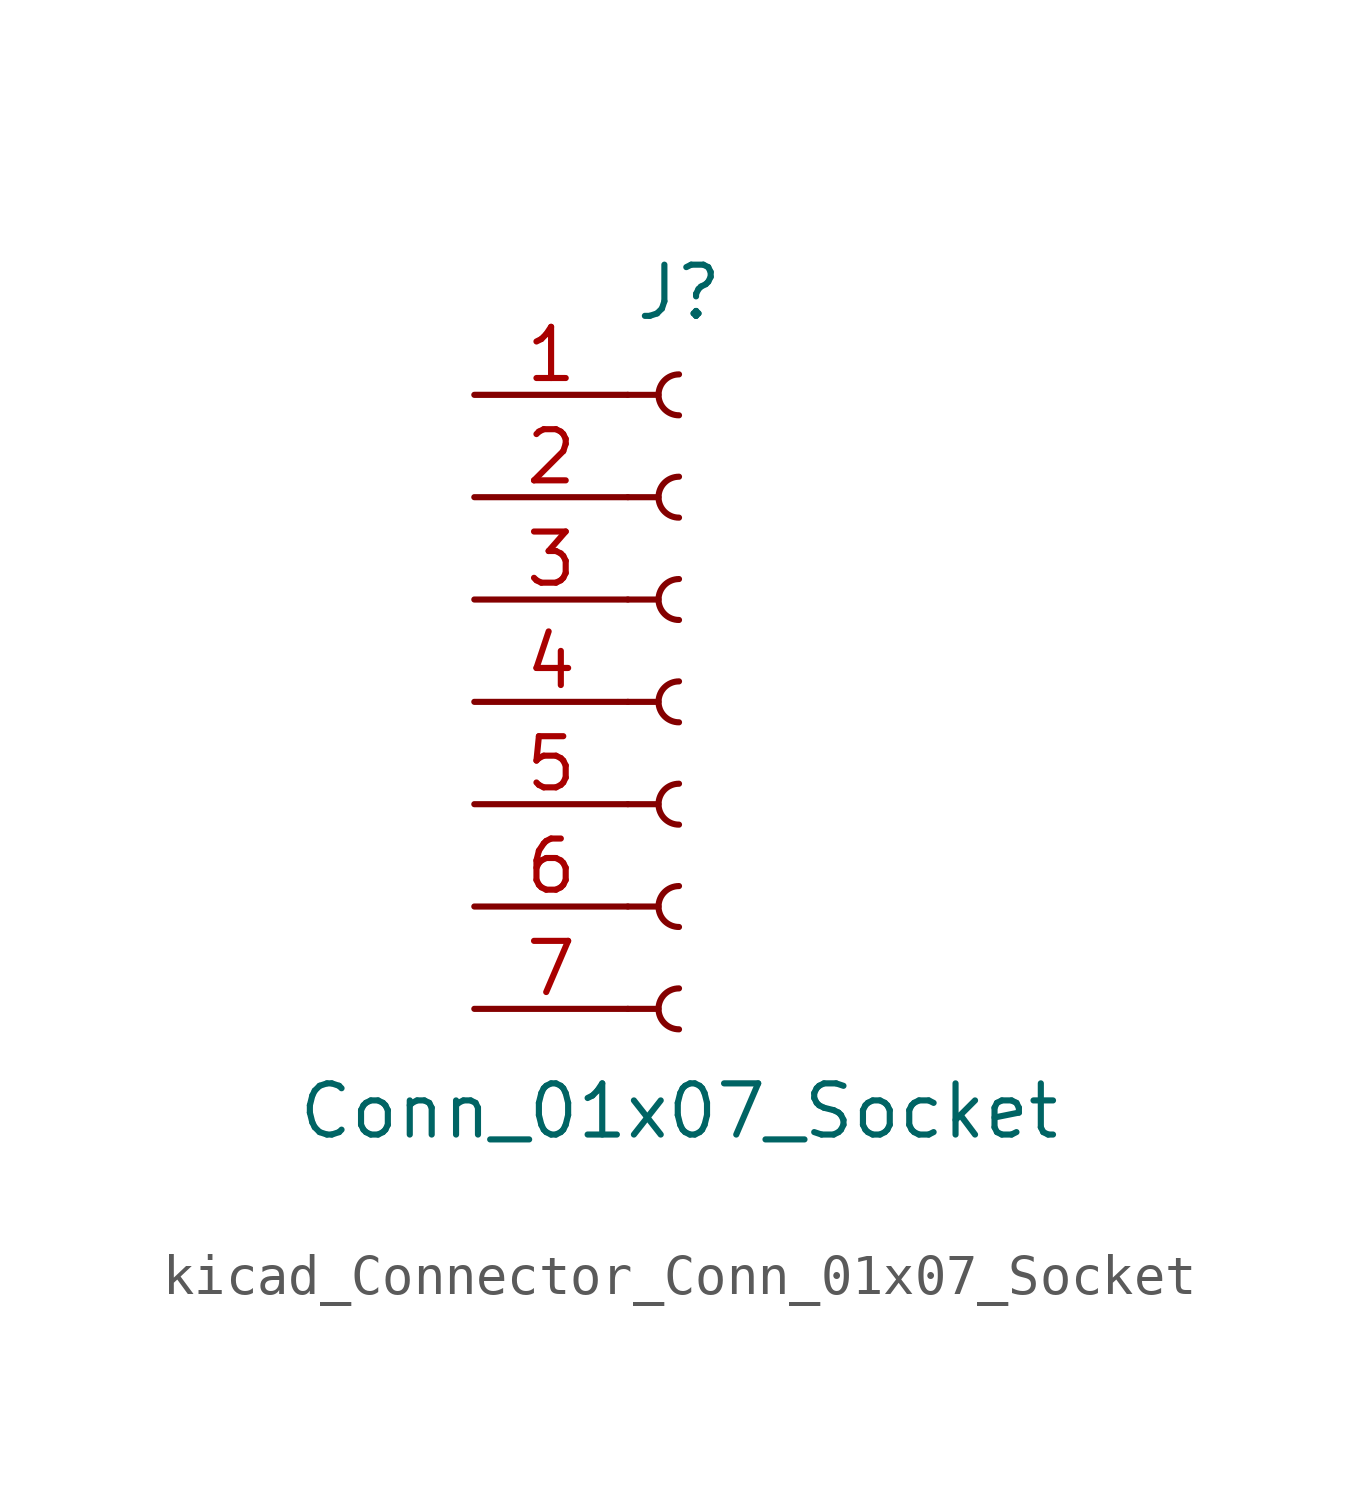
<source format=kicad_sym>
(kicad_symbol_lib
  (version 20220914)
  (generator kicad_symbol_editor)
  (symbol "kicad_Connector_Conn_01x07_Socket"
    (pin_names
      (offset 1.016) hide)
    (property "Reference" "J"
      (at 0 10.16 0)
      (effects (font (size 1.27 1.27))))
    (property "Value" "Conn_01x07_Socket"
      (at 0 -10.16 0)
      (effects (font (size 1.27 1.27))))
    (property "ki_locked" ""
      (at 0 0 0)
      (effects (font (size 1.27 1.27))))
    (symbol "kicad_Connector_Conn_01x07_Socket_1_1"
      (arc (start 0 -7.112) (mid -0.5058 -7.62) (end 0 -8.128) (stroke (width 0.1524) (type default)) (fill (type none)))
      (arc (start 0 -4.572) (mid -0.5058 -5.08) (end 0 -5.588) (stroke (width 0.1524) (type default)) (fill (type none)))
      (arc (start 0 -2.032) (mid -0.5058 -2.54) (end 0 -3.048) (stroke (width 0.1524) (type default)) (fill (type none)))
      (polyline (pts (xy -1.27 -7.62) (xy -0.508 -7.62)) (stroke (width 0.152) (type default)) (fill (type none)))
      (polyline (pts (xy -1.27 -5.08) (xy -0.508 -5.08)) (stroke (width 0.152) (type default)) (fill (type none)))
      (polyline (pts (xy -1.27 -2.54) (xy -0.508 -2.54)) (stroke (width 0.152) (type default)) (fill (type none)))
      (polyline (pts (xy -1.27 0) (xy -0.508 0)) (stroke (width 0.152) (type default)) (fill (type none)))
      (polyline (pts (xy -1.27 2.54) (xy -0.508 2.54)) (stroke (width 0.152) (type default)) (fill (type none)))
      (polyline (pts (xy -1.27 5.08) (xy -0.508 5.08)) (stroke (width 0.152) (type default)) (fill (type none)))
      (polyline (pts (xy -1.27 7.62) (xy -0.508 7.62)) (stroke (width 0.152) (type default)) (fill (type none)))
      (arc (start 0 0.508) (mid -0.5058 0) (end 0 -0.508) (stroke (width 0.1524) (type default)) (fill (type none)))
      (arc (start 0 3.048) (mid -0.5058 2.54) (end 0 2.032) (stroke (width 0.1524) (type default)) (fill (type none)))
      (arc (start 0 5.588) (mid -0.5058 5.08) (end 0 4.572) (stroke (width 0.1524) (type default)) (fill (type none)))
      (arc (start 0 8.128) (mid -0.5058 7.62) (end 0 7.112) (stroke (width 0.1524) (type default)) (fill (type none)))
      (pin passive line (at -5.08 7.62 0) (length 3.81) (name "Pin_1" (effects (font (size 1.27 1.27)))) (number "1" (effects (font (size 1.27 1.27)))))
      (pin passive line (at -5.08 5.08 0) (length 3.81) (name "Pin_2" (effects (font (size 1.27 1.27)))) (number "2" (effects (font (size 1.27 1.27)))))
      (pin passive line (at -5.08 2.54 0) (length 3.81) (name "Pin_3" (effects (font (size 1.27 1.27)))) (number "3" (effects (font (size 1.27 1.27)))))
      (pin passive line (at -5.08 0 0) (length 3.81) (name "Pin_4" (effects (font (size 1.27 1.27)))) (number "4" (effects (font (size 1.27 1.27)))))
      (pin passive line (at -5.08 -2.54 0) (length 3.81) (name "Pin_5" (effects (font (size 1.27 1.27)))) (number "5" (effects (font (size 1.27 1.27)))))
      (pin passive line (at -5.08 -5.08 0) (length 3.81) (name "Pin_6" (effects (font (size 1.27 1.27)))) (number "6" (effects (font (size 1.27 1.27)))))
      (pin passive line (at -5.08 -7.62 0) (length 3.81) (name "Pin_7" (effects (font (size 1.27 1.27)))) (number "7" (effects (font (size 1.27 1.27))))))))
</source>
